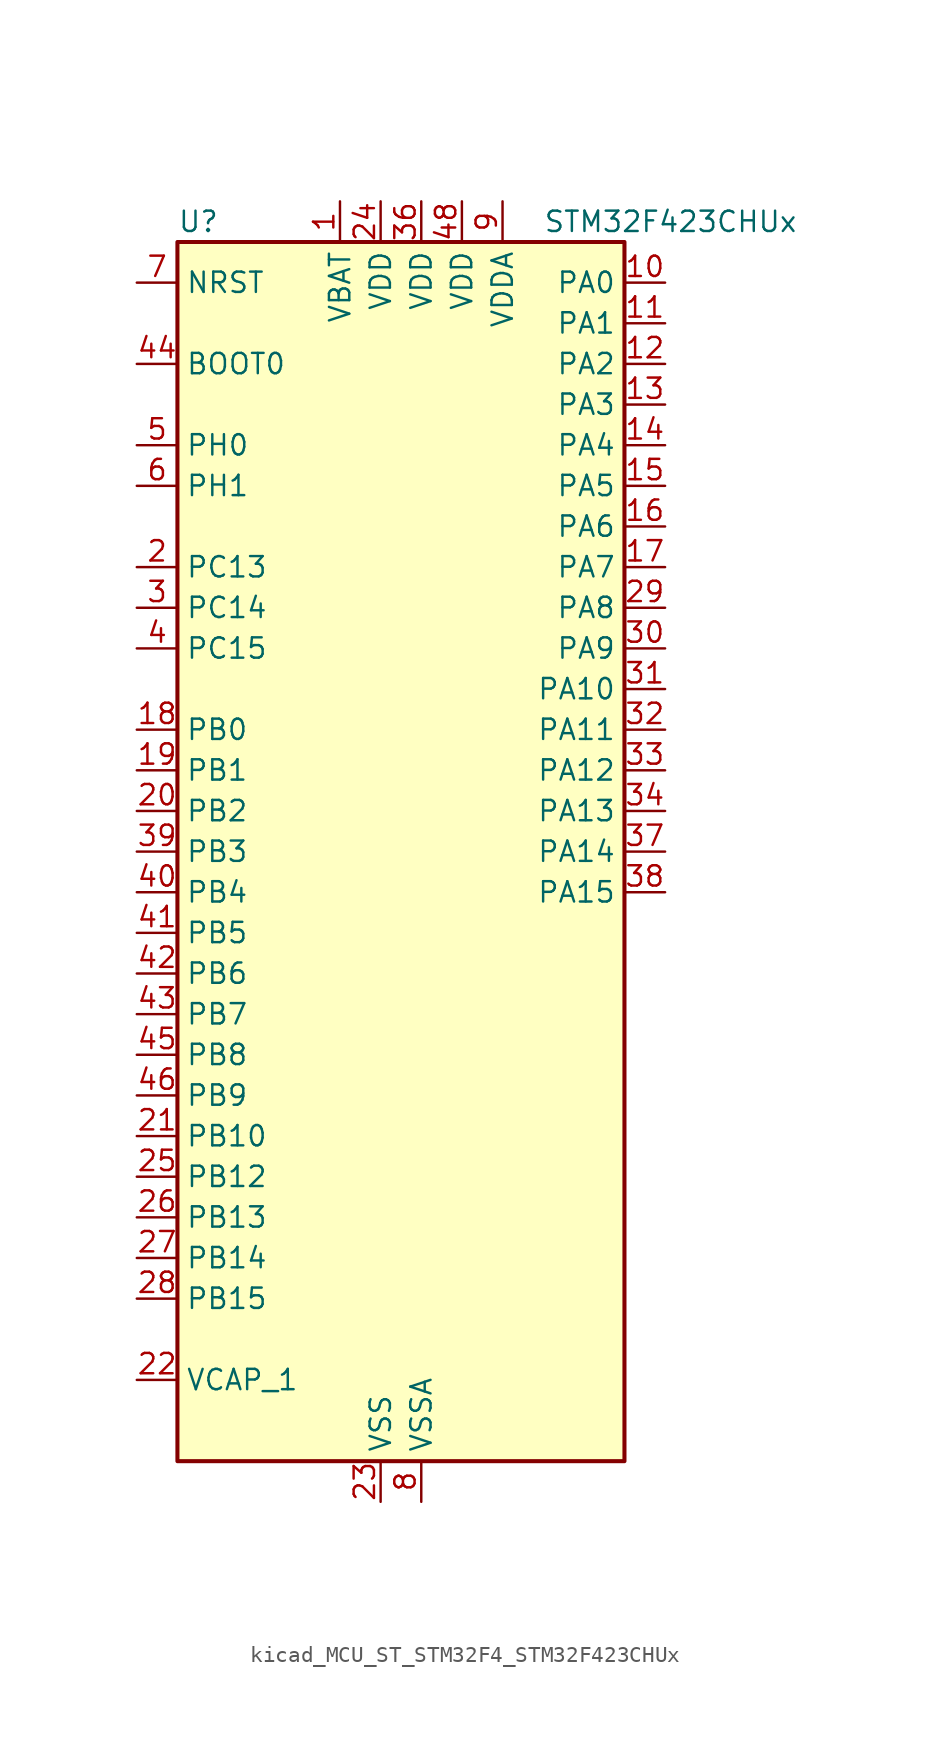
<source format=kicad_sym>
(kicad_symbol_lib
  (version 20220914)
  (generator kicad_symbol_editor)
  (symbol "kicad_MCU_ST_STM32F4_STM32F423CHUx"
    (property "Reference" "U"
      (at -12.7 39.37 0)
      (effects (font (size 1.27 1.27)) (justify left)))
    (property "Value" "STM32F423CHUx"
      (at 10.16 39.37 0)
      (effects (font (size 1.27 1.27)) (justify left)))
    (property "ki_locked" ""
      (at 0 0 0)
      (effects (font (size 1.27 1.27))))
    (symbol "kicad_MCU_ST_STM32F4_STM32F423CHUx_0_1"
      (rectangle (start -12.7 -38.1) (end 15.24 38.1) (stroke (width 0.254) (type default)) (fill (type background))))
    (symbol "kicad_MCU_ST_STM32F4_STM32F423CHUx_1_1"
      (pin power_in line (at -2.54 40.64 270) (length 2.54) (name "VBAT" (effects (font (size 1.27 1.27)))) (number "1" (effects (font (size 1.27 1.27)))))
      (pin bidirectional line (at 17.78 35.56 180) (length 2.54) (name "PA0" (effects (font (size 1.27 1.27)))) (number "10" (effects (font (size 1.27 1.27)))) (alternate "ADC1_IN0" bidirectional line) (alternate "SYS_WKUP1" bidirectional line) (alternate "TIM2_CH1" bidirectional line) (alternate "TIM2_ETR" bidirectional line) (alternate "TIM5_CH1" bidirectional line) (alternate "TIM8_ETR" bidirectional line) (alternate "UART4_TX" bidirectional line) (alternate "USART2_CTS" bidirectional line))
      (pin bidirectional line (at 17.78 33.02 180) (length 2.54) (name "PA1" (effects (font (size 1.27 1.27)))) (number "11" (effects (font (size 1.27 1.27)))) (alternate "ADC1_IN1" bidirectional line) (alternate "I2S4_SD" bidirectional line) (alternate "SPI4_MOSI" bidirectional line) (alternate "TIM2_CH2" bidirectional line) (alternate "TIM5_CH2" bidirectional line) (alternate "UART4_RX" bidirectional line) (alternate "USART2_RTS" bidirectional line))
      (pin bidirectional line (at 17.78 30.48 180) (length 2.54) (name "PA2" (effects (font (size 1.27 1.27)))) (number "12" (effects (font (size 1.27 1.27)))) (alternate "ADC1_IN2" bidirectional line) (alternate "I2S_CKIN" bidirectional line) (alternate "TIM2_CH3" bidirectional line) (alternate "TIM5_CH3" bidirectional line) (alternate "TIM9_CH1" bidirectional line) (alternate "USART2_TX" bidirectional line))
      (pin bidirectional line (at 17.78 27.94 180) (length 2.54) (name "PA3" (effects (font (size 1.27 1.27)))) (number "13" (effects (font (size 1.27 1.27)))) (alternate "ADC1_IN3" bidirectional line) (alternate "I2S2_MCK" bidirectional line) (alternate "SAI1_SD_B" bidirectional line) (alternate "TIM2_CH4" bidirectional line) (alternate "TIM5_CH4" bidirectional line) (alternate "TIM9_CH2" bidirectional line) (alternate "USART2_RX" bidirectional line))
      (pin bidirectional line (at 17.78 25.4 180) (length 2.54) (name "PA4" (effects (font (size 1.27 1.27)))) (number "14" (effects (font (size 1.27 1.27)))) (alternate "ADC1_IN4" bidirectional line) (alternate "DAC_OUT1" bidirectional line) (alternate "DFSDM1_DATIN1" bidirectional line) (alternate "I2S1_WS" bidirectional line) (alternate "I2S3_WS" bidirectional line) (alternate "SPI1_NSS" bidirectional line) (alternate "SPI3_NSS" bidirectional line) (alternate "USART2_CK" bidirectional line))
      (pin bidirectional line (at 17.78 22.86 180) (length 2.54) (name "PA5" (effects (font (size 1.27 1.27)))) (number "15" (effects (font (size 1.27 1.27)))) (alternate "ADC1_IN5" bidirectional line) (alternate "DAC_OUT2" bidirectional line) (alternate "DFSDM1_CKIN1" bidirectional line) (alternate "I2S1_CK" bidirectional line) (alternate "SPI1_SCK" bidirectional line) (alternate "TIM2_CH1" bidirectional line) (alternate "TIM2_ETR" bidirectional line) (alternate "TIM8_CH1N" bidirectional line))
      (pin bidirectional line (at 17.78 20.32 180) (length 2.54) (name "PA6" (effects (font (size 1.27 1.27)))) (number "16" (effects (font (size 1.27 1.27)))) (alternate "ADC1_IN6" bidirectional line) (alternate "DFSDM2_CKIN1" bidirectional line) (alternate "I2S2_MCK" bidirectional line) (alternate "SDIO_CMD" bidirectional line) (alternate "SPI1_MISO" bidirectional line) (alternate "TIM13_CH1" bidirectional line) (alternate "TIM1_BKIN" bidirectional line) (alternate "TIM3_CH1" bidirectional line) (alternate "TIM8_BKIN" bidirectional line))
      (pin bidirectional line (at 17.78 17.78 180) (length 2.54) (name "PA7" (effects (font (size 1.27 1.27)))) (number "17" (effects (font (size 1.27 1.27)))) (alternate "ADC1_IN7" bidirectional line) (alternate "DFSDM2_DATIN1" bidirectional line) (alternate "I2S1_SD" bidirectional line) (alternate "SPI1_MOSI" bidirectional line) (alternate "TIM14_CH1" bidirectional line) (alternate "TIM1_CH1N" bidirectional line) (alternate "TIM3_CH2" bidirectional line) (alternate "TIM8_CH1N" bidirectional line))
      (pin bidirectional line (at -15.24 7.62 0) (length 2.54) (name "PB0" (effects (font (size 1.27 1.27)))) (number "18" (effects (font (size 1.27 1.27)))) (alternate "ADC1_IN8" bidirectional line) (alternate "I2S5_CK" bidirectional line) (alternate "SPI5_SCK" bidirectional line) (alternate "TIM1_CH2N" bidirectional line) (alternate "TIM3_CH3" bidirectional line) (alternate "TIM8_CH2N" bidirectional line))
      (pin bidirectional line (at -15.24 5.08 0) (length 2.54) (name "PB1" (effects (font (size 1.27 1.27)))) (number "19" (effects (font (size 1.27 1.27)))) (alternate "ADC1_IN9" bidirectional line) (alternate "DFSDM1_DATIN0" bidirectional line) (alternate "I2S5_WS" bidirectional line) (alternate "SPI5_NSS" bidirectional line) (alternate "TIM1_CH3N" bidirectional line) (alternate "TIM3_CH4" bidirectional line) (alternate "TIM8_CH3N" bidirectional line))
      (pin bidirectional line (at -15.24 17.78 0) (length 2.54) (name "PC13" (effects (font (size 1.27 1.27)))) (number "2" (effects (font (size 1.27 1.27)))) (alternate "RTC_AF1" bidirectional line))
      (pin bidirectional line (at -15.24 2.54 0) (length 2.54) (name "PB2" (effects (font (size 1.27 1.27)))) (number "20" (effects (font (size 1.27 1.27)))) (alternate "DFSDM1_CKIN0" bidirectional line) (alternate "LPTIM1_OUT" bidirectional line))
      (pin bidirectional line (at -15.24 -17.78 0) (length 2.54) (name "PB10" (effects (font (size 1.27 1.27)))) (number "21" (effects (font (size 1.27 1.27)))) (alternate "DFSDM2_CKOUT" bidirectional line) (alternate "FMPI2C1_SCL" bidirectional line) (alternate "I2C2_SCL" bidirectional line) (alternate "I2S2_CK" bidirectional line) (alternate "I2S3_MCK" bidirectional line) (alternate "SDIO_D7" bidirectional line) (alternate "SPI2_SCK" bidirectional line) (alternate "TIM2_CH3" bidirectional line))
      (pin power_out line (at -15.24 -33.02 0) (length 2.54) (name "VCAP_1" (effects (font (size 1.27 1.27)))) (number "22" (effects (font (size 1.27 1.27)))))
      (pin power_in line (at 0 -40.64 90) (length 2.54) (name "VSS" (effects (font (size 1.27 1.27)))) (number "23" (effects (font (size 1.27 1.27)))))
      (pin power_in line (at 0 40.64 270) (length 2.54) (name "VDD" (effects (font (size 1.27 1.27)))) (number "24" (effects (font (size 1.27 1.27)))))
      (pin bidirectional line (at -15.24 -20.32 0) (length 2.54) (name "PB12" (effects (font (size 1.27 1.27)))) (number "25" (effects (font (size 1.27 1.27)))) (alternate "CAN2_RX" bidirectional line) (alternate "DFSDM1_DATIN1" bidirectional line) (alternate "I2C2_SMBA" bidirectional line) (alternate "I2S2_WS" bidirectional line) (alternate "I2S3_CK" bidirectional line) (alternate "I2S4_WS" bidirectional line) (alternate "SPI2_NSS" bidirectional line) (alternate "SPI3_SCK" bidirectional line) (alternate "SPI4_NSS" bidirectional line) (alternate "TIM1_BKIN" bidirectional line) (alternate "UART5_RX" bidirectional line))
      (pin bidirectional line (at -15.24 -22.86 0) (length 2.54) (name "PB13" (effects (font (size 1.27 1.27)))) (number "26" (effects (font (size 1.27 1.27)))) (alternate "CAN2_TX" bidirectional line) (alternate "DFSDM1_CKIN1" bidirectional line) (alternate "FMPI2C1_SMBA" bidirectional line) (alternate "I2S2_CK" bidirectional line) (alternate "I2S4_CK" bidirectional line) (alternate "SPI2_SCK" bidirectional line) (alternate "SPI4_SCK" bidirectional line) (alternate "TIM1_CH1N" bidirectional line) (alternate "UART5_TX" bidirectional line))
      (pin bidirectional line (at -15.24 -25.4 0) (length 2.54) (name "PB14" (effects (font (size 1.27 1.27)))) (number "27" (effects (font (size 1.27 1.27)))) (alternate "DFSDM1_DATIN2" bidirectional line) (alternate "FMPI2C1_SDA" bidirectional line) (alternate "I2S2_ext_SD" bidirectional line) (alternate "SDIO_D6" bidirectional line) (alternate "SPI2_MISO" bidirectional line) (alternate "TIM12_CH1" bidirectional line) (alternate "TIM1_CH2N" bidirectional line) (alternate "TIM8_CH2N" bidirectional line))
      (pin bidirectional line (at -15.24 -27.94 0) (length 2.54) (name "PB15" (effects (font (size 1.27 1.27)))) (number "28" (effects (font (size 1.27 1.27)))) (alternate "ADC1_EXTI15" bidirectional line) (alternate "DFSDM1_CKIN2" bidirectional line) (alternate "FMPI2C1_SCL" bidirectional line) (alternate "I2S2_SD" bidirectional line) (alternate "RTC_REFIN" bidirectional line) (alternate "SDIO_CK" bidirectional line) (alternate "SPI2_MOSI" bidirectional line) (alternate "TIM12_CH2" bidirectional line) (alternate "TIM1_CH3N" bidirectional line) (alternate "TIM8_CH3N" bidirectional line))
      (pin bidirectional line (at 17.78 15.24 180) (length 2.54) (name "PA8" (effects (font (size 1.27 1.27)))) (number "29" (effects (font (size 1.27 1.27)))) (alternate "CAN3_RX" bidirectional line) (alternate "DFSDM1_CKOUT" bidirectional line) (alternate "I2C3_SCL" bidirectional line) (alternate "RCC_MCO_1" bidirectional line) (alternate "SDIO_D1" bidirectional line) (alternate "TIM1_CH1" bidirectional line) (alternate "UART7_RX" bidirectional line) (alternate "USART1_CK" bidirectional line) (alternate "USB_OTG_FS_SOF" bidirectional line))
      (pin bidirectional line (at -15.24 15.24 0) (length 2.54) (name "PC14" (effects (font (size 1.27 1.27)))) (number "3" (effects (font (size 1.27 1.27)))) (alternate "RCC_OSC32_IN" bidirectional line))
      (pin bidirectional line (at 17.78 12.7 180) (length 2.54) (name "PA9" (effects (font (size 1.27 1.27)))) (number "30" (effects (font (size 1.27 1.27)))) (alternate "DAC_EXTI9" bidirectional line) (alternate "DFSDM2_CKIN3" bidirectional line) (alternate "I2C3_SMBA" bidirectional line) (alternate "I2S2_CK" bidirectional line) (alternate "SDIO_D2" bidirectional line) (alternate "SPI2_SCK" bidirectional line) (alternate "TIM1_CH2" bidirectional line) (alternate "USART1_TX" bidirectional line) (alternate "USB_OTG_FS_VBUS" bidirectional line))
      (pin bidirectional line (at 17.78 10.16 180) (length 2.54) (name "PA10" (effects (font (size 1.27 1.27)))) (number "31" (effects (font (size 1.27 1.27)))) (alternate "DFSDM2_DATIN3" bidirectional line) (alternate "I2S2_SD" bidirectional line) (alternate "I2S5_SD" bidirectional line) (alternate "SPI2_MOSI" bidirectional line) (alternate "SPI5_MOSI" bidirectional line) (alternate "TIM1_CH3" bidirectional line) (alternate "USART1_RX" bidirectional line) (alternate "USB_OTG_FS_ID" bidirectional line))
      (pin bidirectional line (at 17.78 7.62 180) (length 2.54) (name "PA11" (effects (font (size 1.27 1.27)))) (number "32" (effects (font (size 1.27 1.27)))) (alternate "ADC1_EXTI11" bidirectional line) (alternate "CAN1_RX" bidirectional line) (alternate "DFSDM2_CKIN5" bidirectional line) (alternate "I2S2_WS" bidirectional line) (alternate "SPI2_NSS" bidirectional line) (alternate "SPI4_MISO" bidirectional line) (alternate "TIM1_CH4" bidirectional line) (alternate "UART4_RX" bidirectional line) (alternate "USART1_CTS" bidirectional line) (alternate "USART6_TX" bidirectional line) (alternate "USB_OTG_FS_DM" bidirectional line))
      (pin bidirectional line (at 17.78 5.08 180) (length 2.54) (name "PA12" (effects (font (size 1.27 1.27)))) (number "33" (effects (font (size 1.27 1.27)))) (alternate "CAN1_TX" bidirectional line) (alternate "DFSDM2_DATIN5" bidirectional line) (alternate "SPI2_MISO" bidirectional line) (alternate "SPI5_MISO" bidirectional line) (alternate "TIM1_ETR" bidirectional line) (alternate "UART4_TX" bidirectional line) (alternate "USART1_RTS" bidirectional line) (alternate "USART6_RX" bidirectional line) (alternate "USB_OTG_FS_DP" bidirectional line))
      (pin bidirectional line (at 17.78 2.54 180) (length 2.54) (name "PA13" (effects (font (size 1.27 1.27)))) (number "34" (effects (font (size 1.27 1.27)))) (alternate "SYS_JTMS-SWDIO" bidirectional line))
      (pin passive line (at 0 -40.64 90) (length 2.54) hide (name "VSS" (effects (font (size 1.27 1.27)))) (number "35" (effects (font (size 1.27 1.27)))))
      (pin power_in line (at 2.54 40.64 270) (length 2.54) (name "VDD" (effects (font (size 1.27 1.27)))) (number "36" (effects (font (size 1.27 1.27)))))
      (pin bidirectional line (at 17.78 0 180) (length 2.54) (name "PA14" (effects (font (size 1.27 1.27)))) (number "37" (effects (font (size 1.27 1.27)))) (alternate "SYS_JTCK-SWCLK" bidirectional line))
      (pin bidirectional line (at 17.78 -2.54 180) (length 2.54) (name "PA15" (effects (font (size 1.27 1.27)))) (number "38" (effects (font (size 1.27 1.27)))) (alternate "ADC1_EXTI15" bidirectional line) (alternate "CAN3_TX" bidirectional line) (alternate "I2S1_WS" bidirectional line) (alternate "I2S3_WS" bidirectional line) (alternate "SAI1_MCLK_A" bidirectional line) (alternate "SPI1_NSS" bidirectional line) (alternate "SPI3_NSS" bidirectional line) (alternate "SYS_JTDI" bidirectional line) (alternate "TIM2_CH1" bidirectional line) (alternate "TIM2_ETR" bidirectional line) (alternate "UART7_TX" bidirectional line) (alternate "USART1_TX" bidirectional line))
      (pin bidirectional line (at -15.24 0 0) (length 2.54) (name "PB3" (effects (font (size 1.27 1.27)))) (number "39" (effects (font (size 1.27 1.27)))) (alternate "CAN3_RX" bidirectional line) (alternate "FMPI2C1_SDA" bidirectional line) (alternate "I2C2_SDA" bidirectional line) (alternate "I2S1_CK" bidirectional line) (alternate "I2S3_CK" bidirectional line) (alternate "SAI1_SD_A" bidirectional line) (alternate "SPI1_SCK" bidirectional line) (alternate "SPI3_SCK" bidirectional line) (alternate "SYS_JTDO-SWO" bidirectional line) (alternate "TIM2_CH2" bidirectional line) (alternate "UART7_RX" bidirectional line) (alternate "USART1_RX" bidirectional line))
      (pin bidirectional line (at -15.24 12.7 0) (length 2.54) (name "PC15" (effects (font (size 1.27 1.27)))) (number "4" (effects (font (size 1.27 1.27)))) (alternate "ADC1_EXTI15" bidirectional line) (alternate "RCC_OSC32_OUT" bidirectional line))
      (pin bidirectional line (at -15.24 -2.54 0) (length 2.54) (name "PB4" (effects (font (size 1.27 1.27)))) (number "40" (effects (font (size 1.27 1.27)))) (alternate "CAN3_TX" bidirectional line) (alternate "I2C3_SDA" bidirectional line) (alternate "I2S3_ext_SD" bidirectional line) (alternate "SAI1_SCK_A" bidirectional line) (alternate "SDIO_D0" bidirectional line) (alternate "SPI1_MISO" bidirectional line) (alternate "SPI3_MISO" bidirectional line) (alternate "SYS_JTRST" bidirectional line) (alternate "TIM3_CH1" bidirectional line) (alternate "UART7_TX" bidirectional line))
      (pin bidirectional line (at -15.24 -5.08 0) (length 2.54) (name "PB5" (effects (font (size 1.27 1.27)))) (number "41" (effects (font (size 1.27 1.27)))) (alternate "CAN2_RX" bidirectional line) (alternate "I2C1_SMBA" bidirectional line) (alternate "I2S1_SD" bidirectional line) (alternate "I2S3_SD" bidirectional line) (alternate "LPTIM1_IN1" bidirectional line) (alternate "SAI1_FS_A" bidirectional line) (alternate "SDIO_D3" bidirectional line) (alternate "SPI1_MOSI" bidirectional line) (alternate "SPI3_MOSI" bidirectional line) (alternate "TIM3_CH2" bidirectional line) (alternate "UART5_RX" bidirectional line))
      (pin bidirectional line (at -15.24 -7.62 0) (length 2.54) (name "PB6" (effects (font (size 1.27 1.27)))) (number "42" (effects (font (size 1.27 1.27)))) (alternate "CAN2_TX" bidirectional line) (alternate "DFSDM2_CKIN7" bidirectional line) (alternate "I2C1_SCL" bidirectional line) (alternate "LPTIM1_ETR" bidirectional line) (alternate "SDIO_D0" bidirectional line) (alternate "TIM4_CH1" bidirectional line) (alternate "UART5_TX" bidirectional line) (alternate "USART1_TX" bidirectional line))
      (pin bidirectional line (at -15.24 -10.16 0) (length 2.54) (name "PB7" (effects (font (size 1.27 1.27)))) (number "43" (effects (font (size 1.27 1.27)))) (alternate "DFSDM2_DATIN7" bidirectional line) (alternate "I2C1_SDA" bidirectional line) (alternate "LPTIM1_IN2" bidirectional line) (alternate "TIM4_CH2" bidirectional line) (alternate "USART1_RX" bidirectional line))
      (pin input line (at -15.24 30.48 0) (length 2.54) (name "BOOT0" (effects (font (size 1.27 1.27)))) (number "44" (effects (font (size 1.27 1.27)))))
      (pin bidirectional line (at -15.24 -12.7 0) (length 2.54) (name "PB8" (effects (font (size 1.27 1.27)))) (number "45" (effects (font (size 1.27 1.27)))) (alternate "CAN1_RX" bidirectional line) (alternate "DFSDM2_CKIN1" bidirectional line) (alternate "I2C1_SCL" bidirectional line) (alternate "I2C3_SDA" bidirectional line) (alternate "I2S5_SD" bidirectional line) (alternate "LPTIM1_OUT" bidirectional line) (alternate "SDIO_D4" bidirectional line) (alternate "SPI5_MOSI" bidirectional line) (alternate "TIM10_CH1" bidirectional line) (alternate "TIM4_CH3" bidirectional line) (alternate "UART5_RX" bidirectional line))
      (pin bidirectional line (at -15.24 -15.24 0) (length 2.54) (name "PB9" (effects (font (size 1.27 1.27)))) (number "46" (effects (font (size 1.27 1.27)))) (alternate "CAN1_TX" bidirectional line) (alternate "DAC_EXTI9" bidirectional line) (alternate "DFSDM2_DATIN1" bidirectional line) (alternate "I2C1_SDA" bidirectional line) (alternate "I2C2_SDA" bidirectional line) (alternate "I2S2_WS" bidirectional line) (alternate "SDIO_D5" bidirectional line) (alternate "SPI2_NSS" bidirectional line) (alternate "TIM11_CH1" bidirectional line) (alternate "TIM4_CH4" bidirectional line) (alternate "UART5_TX" bidirectional line))
      (pin passive line (at 0 -40.64 90) (length 2.54) hide (name "VSS" (effects (font (size 1.27 1.27)))) (number "47" (effects (font (size 1.27 1.27)))))
      (pin power_in line (at 5.08 40.64 270) (length 2.54) (name "VDD" (effects (font (size 1.27 1.27)))) (number "48" (effects (font (size 1.27 1.27)))))
      (pin passive line (at 0 -40.64 90) (length 2.54) hide (name "VSS" (effects (font (size 1.27 1.27)))) (number "49" (effects (font (size 1.27 1.27)))))
      (pin bidirectional line (at -15.24 25.4 0) (length 2.54) (name "PH0" (effects (font (size 1.27 1.27)))) (number "5" (effects (font (size 1.27 1.27)))) (alternate "RCC_OSC_IN" bidirectional line))
      (pin bidirectional line (at -15.24 22.86 0) (length 2.54) (name "PH1" (effects (font (size 1.27 1.27)))) (number "6" (effects (font (size 1.27 1.27)))) (alternate "RCC_OSC_OUT" bidirectional line))
      (pin input line (at -15.24 35.56 0) (length 2.54) (name "NRST" (effects (font (size 1.27 1.27)))) (number "7" (effects (font (size 1.27 1.27)))))
      (pin power_in line (at 2.54 -40.64 90) (length 2.54) (name "VSSA" (effects (font (size 1.27 1.27)))) (number "8" (effects (font (size 1.27 1.27)))))
      (pin power_in line (at 7.62 40.64 270) (length 2.54) (name "VDDA" (effects (font (size 1.27 1.27)))) (number "9" (effects (font (size 1.27 1.27))))))))
</source>
